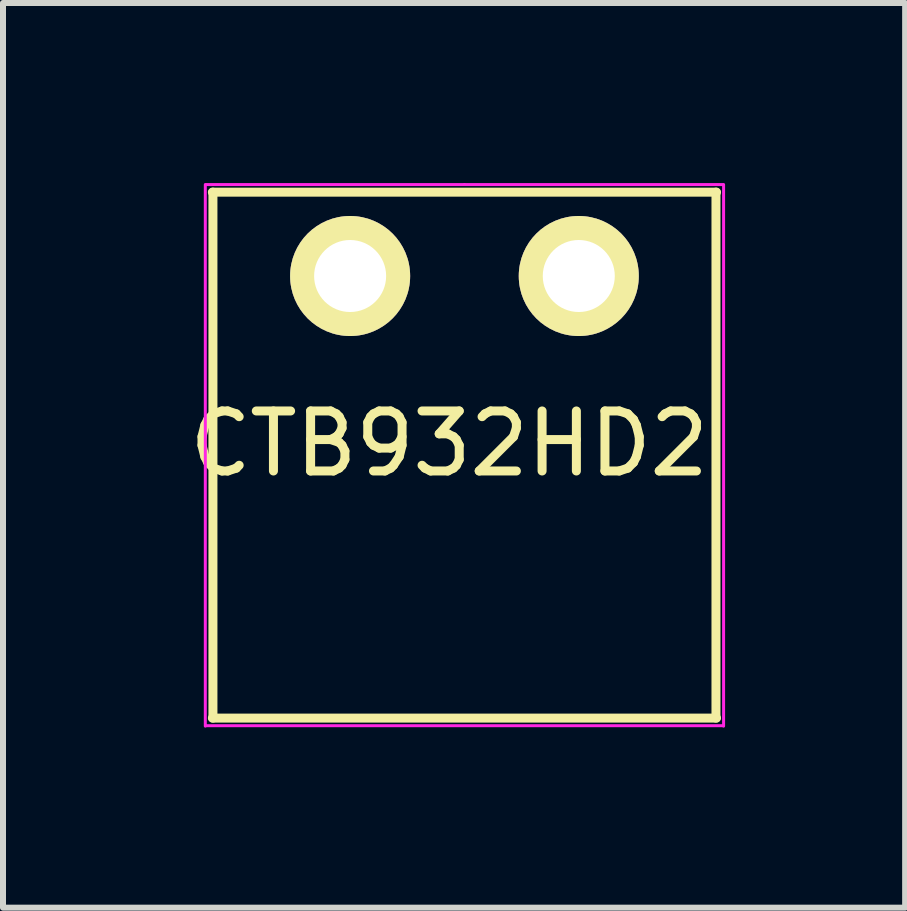
<source format=kicad_pcb>
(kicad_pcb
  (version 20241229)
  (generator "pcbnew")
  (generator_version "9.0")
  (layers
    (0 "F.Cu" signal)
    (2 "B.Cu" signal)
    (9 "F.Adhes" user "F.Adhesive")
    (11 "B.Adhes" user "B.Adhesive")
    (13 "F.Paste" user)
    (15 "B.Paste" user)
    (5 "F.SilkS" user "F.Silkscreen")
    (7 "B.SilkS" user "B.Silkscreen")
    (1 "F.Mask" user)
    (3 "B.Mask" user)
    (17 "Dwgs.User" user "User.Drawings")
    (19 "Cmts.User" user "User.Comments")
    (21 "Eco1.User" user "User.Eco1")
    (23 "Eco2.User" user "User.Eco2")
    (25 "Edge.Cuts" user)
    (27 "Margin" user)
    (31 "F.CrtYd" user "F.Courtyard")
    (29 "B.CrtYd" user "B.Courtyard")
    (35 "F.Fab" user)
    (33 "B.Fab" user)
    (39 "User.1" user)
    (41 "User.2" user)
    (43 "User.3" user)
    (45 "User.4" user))
  (footprint "CTB932HD2"
    (layer "F.Cu")
    (at 4.689 1.549)
    (property "Reference" "CTB932HD2" (at -0.254 2.794 0) (layer "F.SilkS") (effects (font (size 1 1) (thickness 0.15))))
    (attr through_hole)
    (fp_line (start -4.2 -1.397) (end 4.2 -1.397) (stroke (width 0.15) (type solid)) (layer "F.SilkS"))
    (fp_line (start -4.191 7.366) (end -4.191 -1.397) (stroke (width 0.15) (type solid)) (layer "F.SilkS"))
    (fp_line (start 4.191 -1.397) (end 4.191 7.366) (stroke (width 0.15) (type solid)) (layer "F.SilkS"))
    (fp_line (start 4.2 7.366) (end -4.2 7.366) (stroke (width 0.15) (type solid)) (layer "F.SilkS"))
    (fp_line (start -4.318 -1.524) (end -4.318 7.5) (stroke (width 0.05) (type solid)) (layer "F.CrtYd"))
    (fp_line (start -4.3 7.493) (end 4.3 7.493) (stroke (width 0.05) (type solid)) (layer "F.CrtYd"))
    (fp_line (start 0 -1.524) (end -4.3 -1.524) (stroke (width 0.05) (type solid)) (layer "F.CrtYd"))
    (fp_line (start 0 -1.524) (end 4.3 -1.524) (stroke (width 0.05) (type solid)) (layer "F.CrtYd"))
    (fp_line (start 4.318 -1.524) (end 4.318 7.5) (stroke (width 0.05) (type solid)) (layer "F.CrtYd"))
    (pad "1" thru_hole circle (at 1.905 0) (size 2 2) (drill 1.2) (layers "*.Cu" "*.Mask" "F.SilkS"))
    (pad "2" thru_hole circle (at -1.905 0) (size 2 2) (drill 1.2) (layers "*.Cu" "*.Mask" "F.SilkS")))
  (gr_rect
    (start -3 -3)
    (end 12.032 12.074)
    (stroke (width 0.1) (type default))
    (fill no)
    (layer "Edge.Cuts")))
</source>
